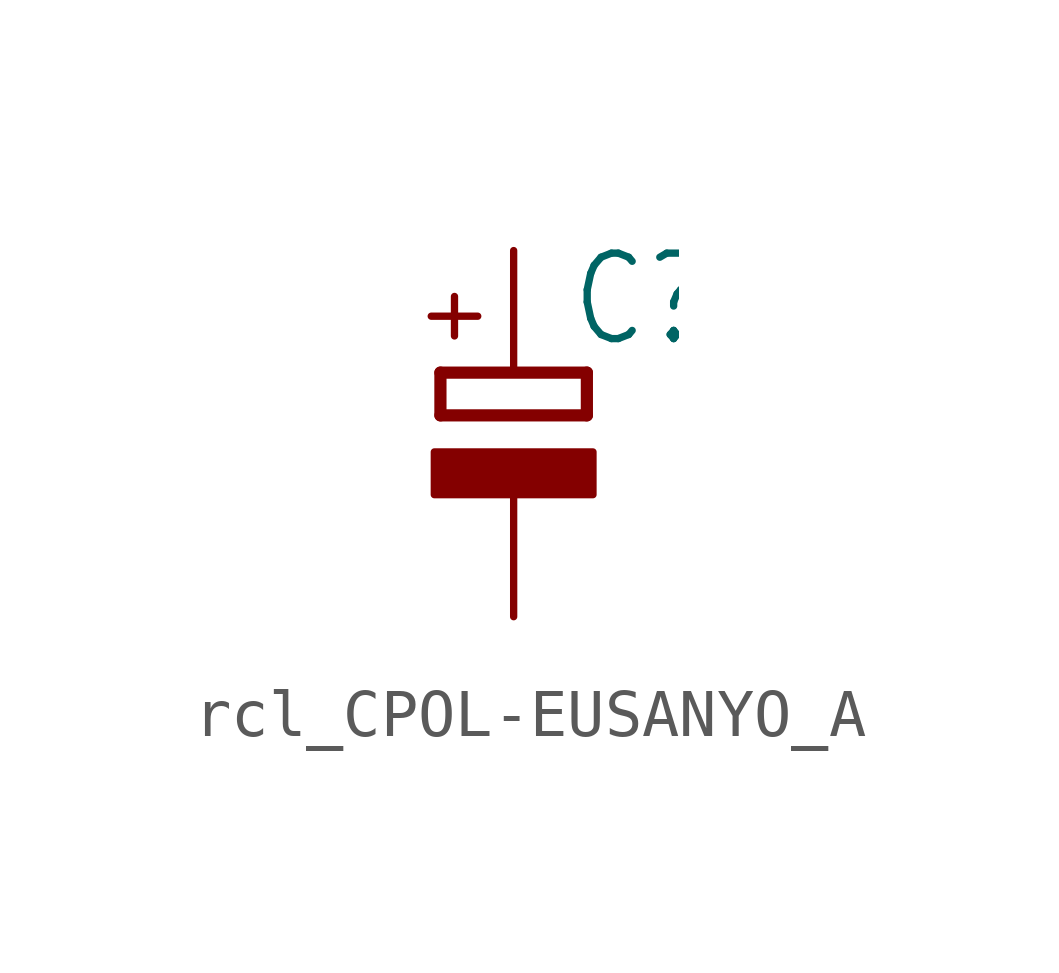
<source format=kicad_sym>
(kicad_symbol_lib
  (version 20231120)
  (generator "kicad_symbol_editor")
  (generator_version "8.0")
  (symbol "rcl_CPOL-EUSANYO_A"
    (property "Reference" "C"
      (at 1.143 0.483 0)
      (effects (font (size 1.778 1.511)) (justify left bottom)))
    (property "Value" ""
      (at 1.143 -4.597 0)
      (effects (font (size 1.778 1.511)) (justify left bottom)))
    (property "ki_locked" ""
      (at 0 0 0)
      (effects (font (size 1.27 1.27))))
    (symbol "rcl_CPOL-EUSANYO_A_1_0"
      (rectangle (start -1.651 -2.54) (end 1.651 -1.651) (stroke (width 0) (type default)) (fill (type outline)))
      (polyline (pts (xy -1.524 -0.889) (xy 1.524 -0.889)) (stroke (width 0.254) (type solid)) (fill (type none)))
      (polyline (pts (xy -1.524 0) (xy -1.524 -0.889)) (stroke (width 0.254) (type solid)) (fill (type none)))
      (polyline (pts (xy -1.524 0) (xy 1.524 0)) (stroke (width 0.254) (type solid)) (fill (type none)))
      (polyline (pts (xy 1.524 -0.889) (xy 1.524 0)) (stroke (width 0.254) (type solid)) (fill (type none)))
      (text "+" (at -0.584 0.406 900) (effects (font (size 1.27 1.079)) (justify left bottom)))
      (pin passive line (at 0 2.54 270) (length 2.54) (name "+" (effects (font (size 0 0)))) (number "+" (effects (font (size 0 0)))))
      (pin passive line (at 0 -5.08 90) (length 2.54) (name "-" (effects (font (size 0 0)))) (number "-" (effects (font (size 0 0))))))))
</source>
